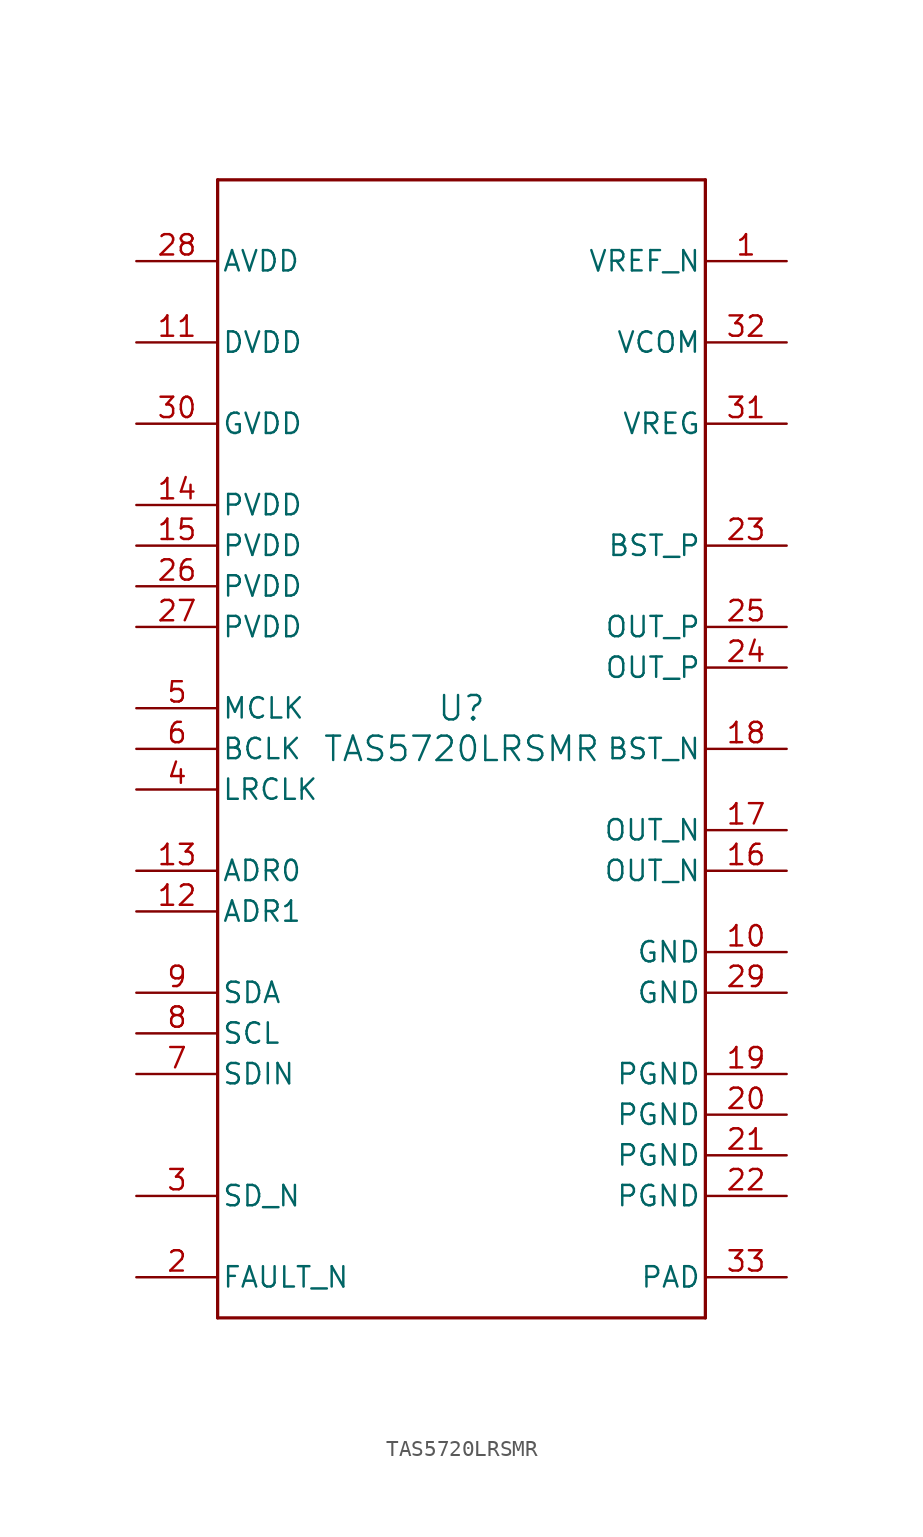
<source format=kicad_sym>
(kicad_symbol_lib
  (version 20241209)
  (generator "kicad_symbol_editor")
  (generator_version "9.0")
  (symbol "TAS5720LRSMR"
    (pin_names
      (offset 0.254))
    (property "Reference" "U"
      (at 0 2.54 0)
      (effects (font (size 1.524 1.524))))
    (property "Value" "TAS5720LRSMR"
      (at 0 0 0)
      (effects (font (size 1.524 1.524))))
    (symbol "TAS5720LRSMR_0_1"
      (polyline (pts (xy -15.24 35.56) (xy -15.24 -35.56)) (stroke (width 0.203) (type default)) (fill (type none)))
      (polyline (pts (xy -15.24 -35.56) (xy 15.24 -35.56)) (stroke (width 0.203) (type default)) (fill (type none)))
      (polyline (pts (xy 15.24 35.56) (xy -15.24 35.56)) (stroke (width 0.203) (type default)) (fill (type none)))
      (polyline (pts (xy 15.24 -35.56) (xy 15.24 35.56)) (stroke (width 0.203) (type default)) (fill (type none)))
      (pin power_in line (at -20.32 30.48 0) (length 5.08) (name "AVDD" (effects (font (size 1.27 1.27)))) (number "28" (effects (font (size 1.27 1.27)))))
      (pin power_in line (at -20.32 25.4 0) (length 5.08) (name "DVDD" (effects (font (size 1.27 1.27)))) (number "11" (effects (font (size 1.27 1.27)))))
      (pin power_in line (at -20.32 20.32 0) (length 5.08) (name "GVDD" (effects (font (size 1.27 1.27)))) (number "30" (effects (font (size 1.27 1.27)))))
      (pin power_in line (at -20.32 15.24 0) (length 5.08) (name "PVDD" (effects (font (size 1.27 1.27)))) (number "14" (effects (font (size 1.27 1.27)))))
      (pin power_in line (at -20.32 12.7 0) (length 5.08) (name "PVDD" (effects (font (size 1.27 1.27)))) (number "15" (effects (font (size 1.27 1.27)))))
      (pin power_in line (at -20.32 10.16 0) (length 5.08) (name "PVDD" (effects (font (size 1.27 1.27)))) (number "26" (effects (font (size 1.27 1.27)))))
      (pin power_in line (at -20.32 7.62 0) (length 5.08) (name "PVDD" (effects (font (size 1.27 1.27)))) (number "27" (effects (font (size 1.27 1.27)))))
      (pin input line (at -20.32 2.54 0) (length 5.08) (name "MCLK" (effects (font (size 1.27 1.27)))) (number "5" (effects (font (size 1.27 1.27)))))
      (pin input line (at -20.32 0 0) (length 5.08) (name "BCLK" (effects (font (size 1.27 1.27)))) (number "6" (effects (font (size 1.27 1.27)))))
      (pin input line (at -20.32 -2.54 0) (length 5.08) (name "LRCLK" (effects (font (size 1.27 1.27)))) (number "4" (effects (font (size 1.27 1.27)))))
      (pin input line (at -20.32 -7.62 0) (length 5.08) (name "ADR0" (effects (font (size 1.27 1.27)))) (number "13" (effects (font (size 1.27 1.27)))))
      (pin input line (at -20.32 -10.16 0) (length 5.08) (name "ADR1" (effects (font (size 1.27 1.27)))) (number "12" (effects (font (size 1.27 1.27)))))
      (pin bidirectional line (at -20.32 -15.24 0) (length 5.08) (name "SDA" (effects (font (size 1.27 1.27)))) (number "9" (effects (font (size 1.27 1.27)))))
      (pin input line (at -20.32 -17.78 0) (length 5.08) (name "SCL" (effects (font (size 1.27 1.27)))) (number "8" (effects (font (size 1.27 1.27)))))
      (pin input line (at -20.32 -20.32 0) (length 5.08) (name "SDIN" (effects (font (size 1.27 1.27)))) (number "7" (effects (font (size 1.27 1.27)))))
      (pin input line (at -20.32 -27.94 0) (length 5.08) (name "SD_N" (effects (font (size 1.27 1.27)))) (number "3" (effects (font (size 1.27 1.27)))))
      (pin open_collector line (at -20.32 -33.02 0) (length 5.08) (name "FAULT_N" (effects (font (size 1.27 1.27)))) (number "2" (effects (font (size 1.27 1.27)))))
      (pin unspecified line (at 20.32 30.48 180) (length 5.08) (name "VREF_N" (effects (font (size 1.27 1.27)))) (number "1" (effects (font (size 1.27 1.27)))))
      (pin output line (at 20.32 25.4 180) (length 5.08) (name "VCOM" (effects (font (size 1.27 1.27)))) (number "32" (effects (font (size 1.27 1.27)))))
      (pin output line (at 20.32 20.32 180) (length 5.08) (name "VREG" (effects (font (size 1.27 1.27)))) (number "31" (effects (font (size 1.27 1.27)))))
      (pin unspecified line (at 20.32 12.7 180) (length 5.08) (name "BST_P" (effects (font (size 1.27 1.27)))) (number "23" (effects (font (size 1.27 1.27)))))
      (pin output line (at 20.32 7.62 180) (length 5.08) (name "OUT_P" (effects (font (size 1.27 1.27)))) (number "25" (effects (font (size 1.27 1.27)))))
      (pin output line (at 20.32 5.08 180) (length 5.08) (name "OUT_P" (effects (font (size 1.27 1.27)))) (number "24" (effects (font (size 1.27 1.27)))))
      (pin unspecified line (at 20.32 0 180) (length 5.08) (name "BST_N" (effects (font (size 1.27 1.27)))) (number "18" (effects (font (size 1.27 1.27)))))
      (pin output line (at 20.32 -5.08 180) (length 5.08) (name "OUT_N" (effects (font (size 1.27 1.27)))) (number "17" (effects (font (size 1.27 1.27)))))
      (pin output line (at 20.32 -7.62 180) (length 5.08) (name "OUT_N" (effects (font (size 1.27 1.27)))) (number "16" (effects (font (size 1.27 1.27)))))
      (pin power_in line (at 20.32 -12.7 180) (length 5.08) (name "GND" (effects (font (size 1.27 1.27)))) (number "10" (effects (font (size 1.27 1.27)))))
      (pin power_in line (at 20.32 -15.24 180) (length 5.08) (name "GND" (effects (font (size 1.27 1.27)))) (number "29" (effects (font (size 1.27 1.27)))))
      (pin power_in line (at 20.32 -20.32 180) (length 5.08) (name "PGND" (effects (font (size 1.27 1.27)))) (number "19" (effects (font (size 1.27 1.27)))))
      (pin power_in line (at 20.32 -22.86 180) (length 5.08) (name "PGND" (effects (font (size 1.27 1.27)))) (number "20" (effects (font (size 1.27 1.27)))))
      (pin power_in line (at 20.32 -25.4 180) (length 5.08) (name "PGND" (effects (font (size 1.27 1.27)))) (number "21" (effects (font (size 1.27 1.27)))))
      (pin power_in line (at 20.32 -27.94 180) (length 5.08) (name "PGND" (effects (font (size 1.27 1.27)))) (number "22" (effects (font (size 1.27 1.27)))))
      (pin power_in line (at 20.32 -33.02 180) (length 5.08) (name "PAD" (effects (font (size 1.27 1.27)))) (number "33" (effects (font (size 1.27 1.27))))))))
</source>
